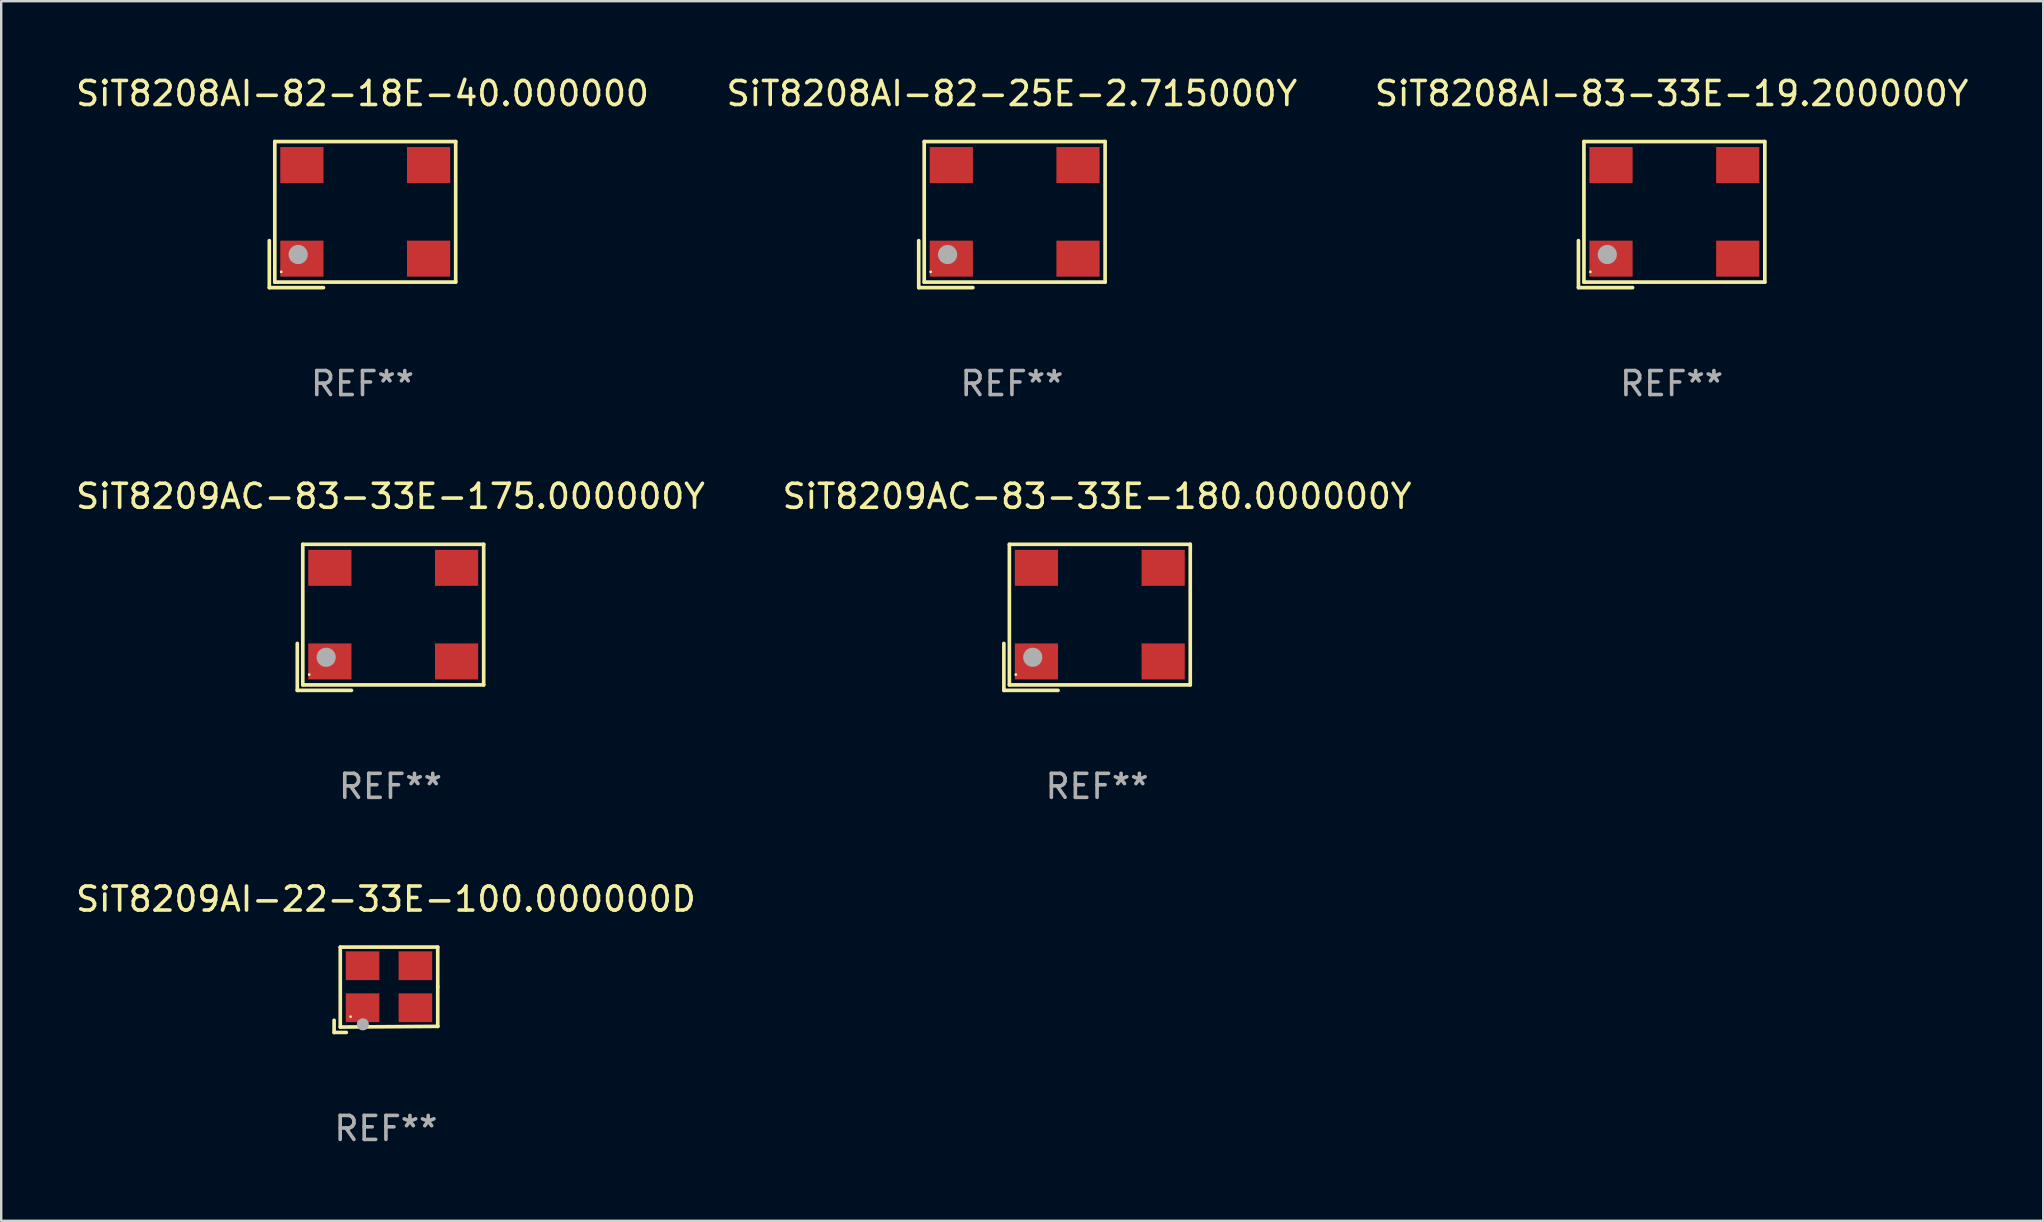
<source format=kicad_pcb>
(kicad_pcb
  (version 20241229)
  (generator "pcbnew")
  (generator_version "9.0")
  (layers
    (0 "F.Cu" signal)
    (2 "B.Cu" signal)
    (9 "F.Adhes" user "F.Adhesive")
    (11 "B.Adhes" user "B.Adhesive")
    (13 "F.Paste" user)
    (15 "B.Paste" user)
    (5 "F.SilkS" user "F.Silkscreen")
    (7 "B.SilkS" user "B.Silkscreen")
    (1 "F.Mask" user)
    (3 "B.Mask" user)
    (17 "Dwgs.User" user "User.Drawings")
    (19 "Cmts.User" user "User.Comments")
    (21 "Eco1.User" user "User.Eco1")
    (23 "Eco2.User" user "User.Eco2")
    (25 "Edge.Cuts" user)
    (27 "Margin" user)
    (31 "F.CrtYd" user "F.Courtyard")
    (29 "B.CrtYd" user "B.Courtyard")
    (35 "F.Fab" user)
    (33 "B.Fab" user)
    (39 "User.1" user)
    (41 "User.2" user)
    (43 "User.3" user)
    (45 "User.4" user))
  (footprint "SiT8209AI-22-33E-100.000000D"
    (layer "F.Cu")
    (at 13.03 38.191)
    (property "Reference" "SiT8209AI-22-33E-100.000000D" (at 0 -3.778 0) (layer "F.SilkS") (effects (font (size 1 1) (thickness 0.15))))
    (attr through_hole)
    (fp_line (start -2.159 1.27) (end -2.159 1.778) (stroke (width 0.152) (type solid)) (layer "F.SilkS"))
    (fp_line (start -2.159 1.778) (end -1.651 1.778) (stroke (width 0.152) (type solid)) (layer "F.SilkS"))
    (fp_line (start -1.902 -1.778) (end 2.159 -1.778) (stroke (width 0.152) (type solid)) (layer "F.SilkS"))
    (fp_line (start -1.902 1.552) (end -1.902 -1.778) (stroke (width 0.152) (type solid)) (layer "F.SilkS"))
    (fp_line (start 2.159 -1.778) (end 2.159 -0.127) (stroke (width 0.152) (type solid)) (layer "F.SilkS"))
    (fp_line (start 2.159 -0.127) (end 2.159 1.524) (stroke (width 0.152) (type solid)) (layer "F.SilkS"))
    (fp_line (start 2.159 1.524) (end -1.902 1.552) (stroke (width 0.152) (type solid)) (layer "F.SilkS"))
    (fp_line (start 2.159 1.524) (end 2.159 1.524) (stroke (width 0.152) (type solid)) (layer "F.SilkS"))
    (fp_circle (center -1.473 1.123) (end -1.443 1.123) (stroke (width 0.06) (type solid)) (fill no) (layer "F.SilkS"))
    (fp_circle (center -0.961 1.44) (end -0.834 1.44) (stroke (width 0.254) (type solid)) (fill no) (layer "F.Fab"))
    (fp_text user "REF**" (at 0 5.778 0) (layer "F.Fab") (effects (font (size 1 1) (thickness 0.15))))
    (pad "1" smd rect (at -0.973 0.748) (size 1.4 1.2) (layers "F.Cu" "F.Mask" "F.Paste"))
    (pad "2" smd rect (at 1.227 0.748) (size 1.4 1.2) (layers "F.Cu" "F.Mask" "F.Paste"))
    (pad "3" smd rect (at 1.227 -1.002) (size 1.4 1.2) (layers "F.Cu" "F.Mask" "F.Paste"))
    (pad "4" smd rect (at -0.973 -1.002) (size 1.4 1.2) (layers "F.Cu" "F.Mask" "F.Paste")))
  (footprint "SiT8208AI-83-33E-19.200000Y"
    (layer "F.Cu")
    (at 66.601 5.891)
    (property "Reference" "SiT8208AI-83-33E-19.200000Y" (at 0 -5.043 0) (layer "F.SilkS") (effects (font (size 1 1) (thickness 0.15))))
    (attr through_hole)
    (fp_line (start -3.883 1.086) (end -3.883 3.043) (stroke (width 0.152) (type solid)) (layer "F.SilkS"))
    (fp_line (start -3.883 3.043) (end -1.626 3.043) (stroke (width 0.152) (type solid)) (layer "F.SilkS"))
    (fp_line (start -3.654 -3.043) (end 3.883 -3.043) (stroke (width 0.152) (type solid)) (layer "F.SilkS"))
    (fp_line (start -3.654 2.814) (end -3.654 -3.043) (stroke (width 0.152) (type solid)) (layer "F.SilkS"))
    (fp_line (start 3.883 -3.043) (end 3.883 2.814) (stroke (width 0.152) (type solid)) (layer "F.SilkS"))
    (fp_line (start 3.883 2.814) (end -3.654 2.814) (stroke (width 0.152) (type solid)) (layer "F.SilkS"))
    (fp_circle (center -3.386 2.386) (end -3.356 2.386) (stroke (width 0.06) (type solid)) (fill no) (layer "F.SilkS"))
    (fp_circle (center -2.68 1.664) (end -2.48 1.664) (stroke (width 0.4) (type solid)) (fill no) (layer "F.Fab"))
    (fp_text user "REF**" (at 0 7.043 0) (layer "F.Fab") (effects (font (size 1 1) (thickness 0.15))))
    (pad "1" smd rect (at -2.526 1.836) (size 1.8 1.5) (layers "F.Cu" "F.Mask" "F.Paste"))
    (pad "2" smd rect (at 2.754 1.836) (size 1.8 1.5) (layers "F.Cu" "F.Mask" "F.Paste"))
    (pad "3" smd rect (at 2.754 -2.064) (size 1.8 1.5) (layers "F.Cu" "F.Mask" "F.Paste"))
    (pad "4" smd rect (at -2.526 -2.064) (size 1.8 1.5) (layers "F.Cu" "F.Mask" "F.Paste")))
  (footprint "SiT8208AI-82-18E-40.000000"
    (layer "F.Cu")
    (at 12.054 5.891)
    (property "Reference" "SiT8208AI-82-18E-40.000000" (at 0 -5.043 0) (layer "F.SilkS") (effects (font (size 1 1) (thickness 0.15))))
    (attr through_hole)
    (fp_line (start -3.883 1.086) (end -3.883 3.043) (stroke (width 0.152) (type solid)) (layer "F.SilkS"))
    (fp_line (start -3.883 3.043) (end -1.626 3.043) (stroke (width 0.152) (type solid)) (layer "F.SilkS"))
    (fp_line (start -3.654 -3.043) (end 3.883 -3.043) (stroke (width 0.152) (type solid)) (layer "F.SilkS"))
    (fp_line (start -3.654 2.814) (end -3.654 -3.043) (stroke (width 0.152) (type solid)) (layer "F.SilkS"))
    (fp_line (start 3.883 -3.043) (end 3.883 2.814) (stroke (width 0.152) (type solid)) (layer "F.SilkS"))
    (fp_line (start 3.883 2.814) (end -3.654 2.814) (stroke (width 0.152) (type solid)) (layer "F.SilkS"))
    (fp_circle (center -3.386 2.386) (end -3.356 2.386) (stroke (width 0.06) (type solid)) (fill no) (layer "F.SilkS"))
    (fp_circle (center -2.68 1.664) (end -2.48 1.664) (stroke (width 0.4) (type solid)) (fill no) (layer "F.Fab"))
    (fp_text user "REF**" (at 0 7.043 0) (layer "F.Fab") (effects (font (size 1 1) (thickness 0.15))))
    (pad "1" smd rect (at -2.526 1.836) (size 1.8 1.5) (layers "F.Cu" "F.Mask" "F.Paste"))
    (pad "2" smd rect (at 2.754 1.836) (size 1.8 1.5) (layers "F.Cu" "F.Mask" "F.Paste"))
    (pad "3" smd rect (at 2.754 -2.064) (size 1.8 1.5) (layers "F.Cu" "F.Mask" "F.Paste"))
    (pad "4" smd rect (at -2.526 -2.064) (size 1.8 1.5) (layers "F.Cu" "F.Mask" "F.Paste")))
  (footprint "SiT8209AC-83-33E-180.000000Y"
    (layer "F.Cu")
    (at 42.661 22.673)
    (property "Reference" "SiT8209AC-83-33E-180.000000Y" (at 0 -5.043 0) (layer "F.SilkS") (effects (font (size 1 1) (thickness 0.15))))
    (attr through_hole)
    (fp_line (start -3.883 1.086) (end -3.883 3.043) (stroke (width 0.152) (type solid)) (layer "F.SilkS"))
    (fp_line (start -3.883 3.043) (end -1.626 3.043) (stroke (width 0.152) (type solid)) (layer "F.SilkS"))
    (fp_line (start -3.654 -3.043) (end 3.883 -3.043) (stroke (width 0.152) (type solid)) (layer "F.SilkS"))
    (fp_line (start -3.654 2.814) (end -3.654 -3.043) (stroke (width 0.152) (type solid)) (layer "F.SilkS"))
    (fp_line (start 3.883 -3.043) (end 3.883 2.814) (stroke (width 0.152) (type solid)) (layer "F.SilkS"))
    (fp_line (start 3.883 2.814) (end -3.654 2.814) (stroke (width 0.152) (type solid)) (layer "F.SilkS"))
    (fp_circle (center -3.386 2.386) (end -3.356 2.386) (stroke (width 0.06) (type solid)) (fill no) (layer "F.SilkS"))
    (fp_circle (center -2.68 1.664) (end -2.48 1.664) (stroke (width 0.4) (type solid)) (fill no) (layer "F.Fab"))
    (fp_text user "REF**" (at 0 7.043 0) (layer "F.Fab") (effects (font (size 1 1) (thickness 0.15))))
    (pad "1" smd rect (at -2.526 1.836) (size 1.8 1.5) (layers "F.Cu" "F.Mask" "F.Paste"))
    (pad "2" smd rect (at 2.754 1.836) (size 1.8 1.5) (layers "F.Cu" "F.Mask" "F.Paste"))
    (pad "3" smd rect (at 2.754 -2.064) (size 1.8 1.5) (layers "F.Cu" "F.Mask" "F.Paste"))
    (pad "4" smd rect (at -2.526 -2.064) (size 1.8 1.5) (layers "F.Cu" "F.Mask" "F.Paste")))
  (footprint "SiT8209AC-83-33E-175.000000Y"
    (layer "F.Cu")
    (at 13.22 22.673)
    (property "Reference" "SiT8209AC-83-33E-175.000000Y" (at 0 -5.043 0) (layer "F.SilkS") (effects (font (size 1 1) (thickness 0.15))))
    (attr through_hole)
    (fp_line (start -3.883 1.086) (end -3.883 3.043) (stroke (width 0.152) (type solid)) (layer "F.SilkS"))
    (fp_line (start -3.883 3.043) (end -1.626 3.043) (stroke (width 0.152) (type solid)) (layer "F.SilkS"))
    (fp_line (start -3.654 -3.043) (end 3.883 -3.043) (stroke (width 0.152) (type solid)) (layer "F.SilkS"))
    (fp_line (start -3.654 2.814) (end -3.654 -3.043) (stroke (width 0.152) (type solid)) (layer "F.SilkS"))
    (fp_line (start 3.883 -3.043) (end 3.883 2.814) (stroke (width 0.152) (type solid)) (layer "F.SilkS"))
    (fp_line (start 3.883 2.814) (end -3.654 2.814) (stroke (width 0.152) (type solid)) (layer "F.SilkS"))
    (fp_circle (center -3.386 2.386) (end -3.356 2.386) (stroke (width 0.06) (type solid)) (fill no) (layer "F.SilkS"))
    (fp_circle (center -2.68 1.664) (end -2.48 1.664) (stroke (width 0.4) (type solid)) (fill no) (layer "F.Fab"))
    (fp_text user "REF**" (at 0 7.043 0) (layer "F.Fab") (effects (font (size 1 1) (thickness 0.15))))
    (pad "1" smd rect (at -2.526 1.836) (size 1.8 1.5) (layers "F.Cu" "F.Mask" "F.Paste"))
    (pad "2" smd rect (at 2.754 1.836) (size 1.8 1.5) (layers "F.Cu" "F.Mask" "F.Paste"))
    (pad "3" smd rect (at 2.754 -2.064) (size 1.8 1.5) (layers "F.Cu" "F.Mask" "F.Paste"))
    (pad "4" smd rect (at -2.526 -2.064) (size 1.8 1.5) (layers "F.Cu" "F.Mask" "F.Paste")))
  (footprint "SiT8208AI-82-25E-2.715000Y"
    (layer "F.Cu")
    (at 39.113 5.891)
    (property "Reference" "SiT8208AI-82-25E-2.715000Y" (at 0 -5.043 0) (layer "F.SilkS") (effects (font (size 1 1) (thickness 0.15))))
    (attr through_hole)
    (fp_line (start -3.883 1.086) (end -3.883 3.043) (stroke (width 0.152) (type solid)) (layer "F.SilkS"))
    (fp_line (start -3.883 3.043) (end -1.626 3.043) (stroke (width 0.152) (type solid)) (layer "F.SilkS"))
    (fp_line (start -3.654 -3.043) (end 3.883 -3.043) (stroke (width 0.152) (type solid)) (layer "F.SilkS"))
    (fp_line (start -3.654 2.814) (end -3.654 -3.043) (stroke (width 0.152) (type solid)) (layer "F.SilkS"))
    (fp_line (start 3.883 -3.043) (end 3.883 2.814) (stroke (width 0.152) (type solid)) (layer "F.SilkS"))
    (fp_line (start 3.883 2.814) (end -3.654 2.814) (stroke (width 0.152) (type solid)) (layer "F.SilkS"))
    (fp_circle (center -3.386 2.386) (end -3.356 2.386) (stroke (width 0.06) (type solid)) (fill no) (layer "F.SilkS"))
    (fp_circle (center -2.68 1.664) (end -2.48 1.664) (stroke (width 0.4) (type solid)) (fill no) (layer "F.Fab"))
    (fp_text user "REF**" (at 0 7.043 0) (layer "F.Fab") (effects (font (size 1 1) (thickness 0.15))))
    (pad "1" smd rect (at -2.526 1.836) (size 1.8 1.5) (layers "F.Cu" "F.Mask" "F.Paste"))
    (pad "2" smd rect (at 2.754 1.836) (size 1.8 1.5) (layers "F.Cu" "F.Mask" "F.Paste"))
    (pad "3" smd rect (at 2.754 -2.064) (size 1.8 1.5) (layers "F.Cu" "F.Mask" "F.Paste"))
    (pad "4" smd rect (at -2.526 -2.064) (size 1.8 1.5) (layers "F.Cu" "F.Mask" "F.Paste")))
  (gr_rect
    (start -3 -3)
    (end 82.083 47.817)
    (stroke (width 0.1) (type default))
    (fill no)
    (layer "Edge.Cuts")))
</source>
